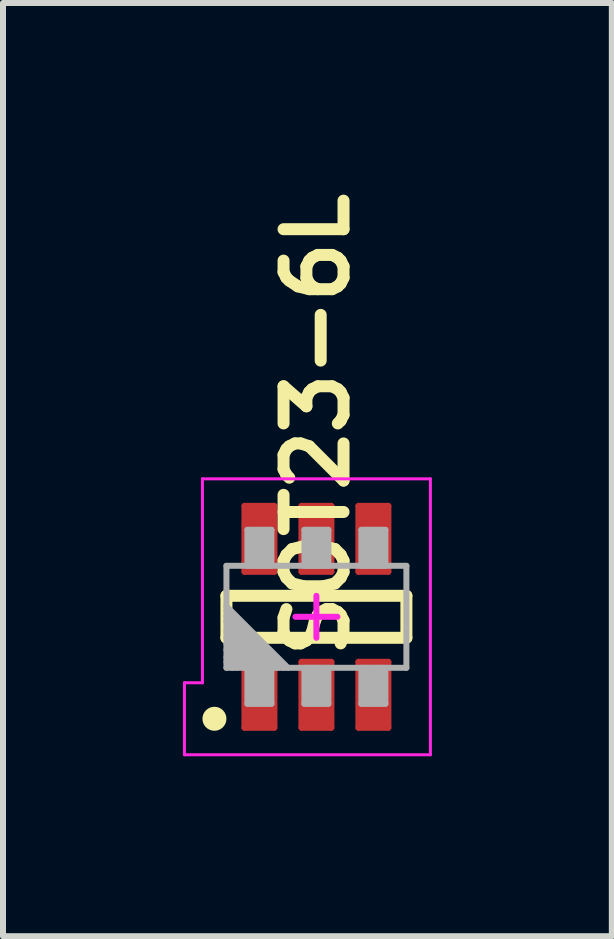
<source format=kicad_pcb>
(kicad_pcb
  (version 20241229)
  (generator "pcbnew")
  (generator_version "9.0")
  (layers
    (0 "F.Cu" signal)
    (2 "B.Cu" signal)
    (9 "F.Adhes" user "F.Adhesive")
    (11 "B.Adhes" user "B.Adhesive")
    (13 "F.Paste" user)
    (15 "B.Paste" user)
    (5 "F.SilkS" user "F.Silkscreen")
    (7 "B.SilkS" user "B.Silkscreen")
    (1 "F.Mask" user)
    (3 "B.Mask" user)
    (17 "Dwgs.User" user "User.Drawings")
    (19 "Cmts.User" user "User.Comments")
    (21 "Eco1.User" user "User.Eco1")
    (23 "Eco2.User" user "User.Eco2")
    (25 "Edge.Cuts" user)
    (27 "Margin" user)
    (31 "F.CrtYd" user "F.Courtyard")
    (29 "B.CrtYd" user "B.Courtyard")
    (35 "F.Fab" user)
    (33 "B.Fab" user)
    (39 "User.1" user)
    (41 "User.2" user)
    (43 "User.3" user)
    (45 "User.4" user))
  (footprint "SOT23-6L"
    (layer "F.Cu")
    (at 2.225 7.233)
    (property "Reference" "SOT23-6L" (at 0 -3.2 90) (layer "F.SilkS") (effects (font (size 1 1) (thickness 0.2))))
    (attr through_hole)
    (fp_line (start -1.225 -1.85) (end -1.225 -0.75) (stroke (width 0.05) (type solid)) (layer "F.Cu"))
    (fp_line (start -1.225 0.75) (end -1.225 1.85) (stroke (width 0.05) (type solid)) (layer "F.Cu"))
    (fp_line (start -1.2 -1.875) (end -0.7 -1.875) (stroke (width 0.05) (type solid)) (layer "F.Cu"))
    (fp_line (start -1.2 -1.85) (end -1.2 -0.75) (stroke (width 0.05) (type solid)) (layer "F.Cu"))
    (fp_line (start -1.2 -1.85) (end -0.7 -1.85) (stroke (width 0.05) (type solid)) (layer "F.Cu"))
    (fp_line (start -1.2 0.725) (end -0.7 0.725) (stroke (width 0.05) (type solid)) (layer "F.Cu"))
    (fp_line (start -1.2 0.75) (end -1.2 1.85) (stroke (width 0.05) (type solid)) (layer "F.Cu"))
    (fp_line (start -1.2 0.75) (end -0.7 0.75) (stroke (width 0.05) (type solid)) (layer "F.Cu"))
    (fp_line (start -0.7 -0.75) (end -1.2 -0.75) (stroke (width 0.05) (type solid)) (layer "F.Cu"))
    (fp_line (start -0.7 -0.75) (end -0.7 -1.85) (stroke (width 0.05) (type solid)) (layer "F.Cu"))
    (fp_line (start -0.7 -0.725) (end -1.2 -0.725) (stroke (width 0.05) (type solid)) (layer "F.Cu"))
    (fp_line (start -0.7 1.85) (end -1.2 1.85) (stroke (width 0.05) (type solid)) (layer "F.Cu"))
    (fp_line (start -0.7 1.85) (end -0.7 0.75) (stroke (width 0.05) (type solid)) (layer "F.Cu"))
    (fp_line (start -0.7 1.875) (end -1.2 1.875) (stroke (width 0.05) (type solid)) (layer "F.Cu"))
    (fp_line (start -0.675 -0.75) (end -0.675 -1.85) (stroke (width 0.05) (type solid)) (layer "F.Cu"))
    (fp_line (start -0.675 1.85) (end -0.675 0.75) (stroke (width 0.05) (type solid)) (layer "F.Cu"))
    (fp_line (start -0.275 -1.85) (end -0.275 -0.75) (stroke (width 0.05) (type solid)) (layer "F.Cu"))
    (fp_line (start -0.275 0.75) (end -0.275 1.85) (stroke (width 0.05) (type solid)) (layer "F.Cu"))
    (fp_line (start -0.25 -1.875) (end 0.25 -1.875) (stroke (width 0.05) (type solid)) (layer "F.Cu"))
    (fp_line (start -0.25 -1.85) (end -0.25 -0.75) (stroke (width 0.05) (type solid)) (layer "F.Cu"))
    (fp_line (start -0.25 -1.85) (end 0.25 -1.85) (stroke (width 0.05) (type solid)) (layer "F.Cu"))
    (fp_line (start -0.25 0.725) (end 0.25 0.725) (stroke (width 0.05) (type solid)) (layer "F.Cu"))
    (fp_line (start -0.25 0.75) (end -0.25 1.85) (stroke (width 0.05) (type solid)) (layer "F.Cu"))
    (fp_line (start -0.25 0.75) (end 0.25 0.75) (stroke (width 0.05) (type solid)) (layer "F.Cu"))
    (fp_line (start 0.25 -0.75) (end -0.25 -0.75) (stroke (width 0.05) (type solid)) (layer "F.Cu"))
    (fp_line (start 0.25 -0.75) (end 0.25 -1.85) (stroke (width 0.05) (type solid)) (layer "F.Cu"))
    (fp_line (start 0.25 -0.725) (end -0.25 -0.725) (stroke (width 0.05) (type solid)) (layer "F.Cu"))
    (fp_line (start 0.25 1.85) (end -0.25 1.85) (stroke (width 0.05) (type solid)) (layer "F.Cu"))
    (fp_line (start 0.25 1.85) (end 0.25 0.75) (stroke (width 0.05) (type solid)) (layer "F.Cu"))
    (fp_line (start 0.25 1.875) (end -0.25 1.875) (stroke (width 0.05) (type solid)) (layer "F.Cu"))
    (fp_line (start 0.275 -0.75) (end 0.275 -1.85) (stroke (width 0.05) (type solid)) (layer "F.Cu"))
    (fp_line (start 0.275 1.85) (end 0.275 0.75) (stroke (width 0.05) (type solid)) (layer "F.Cu"))
    (fp_line (start 0.675 -1.85) (end 0.675 -0.75) (stroke (width 0.05) (type solid)) (layer "F.Cu"))
    (fp_line (start 0.675 0.75) (end 0.675 1.85) (stroke (width 0.05) (type solid)) (layer "F.Cu"))
    (fp_line (start 0.7 -1.875) (end 1.2 -1.875) (stroke (width 0.05) (type solid)) (layer "F.Cu"))
    (fp_line (start 0.7 -1.85) (end 0.7 -0.75) (stroke (width 0.05) (type solid)) (layer "F.Cu"))
    (fp_line (start 0.7 -1.85) (end 1.2 -1.85) (stroke (width 0.05) (type solid)) (layer "F.Cu"))
    (fp_line (start 0.7 0.725) (end 1.2 0.725) (stroke (width 0.05) (type solid)) (layer "F.Cu"))
    (fp_line (start 0.7 0.75) (end 0.7 1.85) (stroke (width 0.05) (type solid)) (layer "F.Cu"))
    (fp_line (start 0.7 0.75) (end 1.2 0.75) (stroke (width 0.05) (type solid)) (layer "F.Cu"))
    (fp_line (start 1.2 -0.75) (end 0.7 -0.75) (stroke (width 0.05) (type solid)) (layer "F.Cu"))
    (fp_line (start 1.2 -0.75) (end 1.2 -1.85) (stroke (width 0.05) (type solid)) (layer "F.Cu"))
    (fp_line (start 1.2 -0.725) (end 0.7 -0.725) (stroke (width 0.05) (type solid)) (layer "F.Cu"))
    (fp_line (start 1.2 1.85) (end 0.7 1.85) (stroke (width 0.05) (type solid)) (layer "F.Cu"))
    (fp_line (start 1.2 1.85) (end 1.2 0.75) (stroke (width 0.05) (type solid)) (layer "F.Cu"))
    (fp_line (start 1.2 1.875) (end 0.7 1.875) (stroke (width 0.05) (type solid)) (layer "F.Cu"))
    (fp_line (start 1.225 -0.75) (end 1.225 -1.85) (stroke (width 0.05) (type solid)) (layer "F.Cu"))
    (fp_line (start 1.225 1.85) (end 1.225 0.75) (stroke (width 0.05) (type solid)) (layer "F.Cu"))
    (fp_arc (start -1.225 -1.85) (mid -1.217693 -1.867662) (end -1.200044 -1.875) (stroke (width 0.05) (type solid)) (layer "F.Cu"))
    (fp_arc (start -1.225 0.75) (mid -1.217693 0.732338) (end -1.200044 0.725) (stroke (width 0.05) (type solid)) (layer "F.Cu"))
    (fp_arc (start -1.2 -0.725) (mid -1.217662 -0.732307) (end -1.225 -0.749956) (stroke (width 0.05) (type solid)) (layer "F.Cu"))
    (fp_arc (start -1.2 1.875) (mid -1.217662 1.867693) (end -1.225 1.850044) (stroke (width 0.05) (type solid)) (layer "F.Cu"))
    (fp_arc (start -0.7 -1.875) (mid -0.682338 -1.867693) (end -0.675 -1.850044) (stroke (width 0.05) (type solid)) (layer "F.Cu"))
    (fp_arc (start -0.7 0.725) (mid -0.682338 0.732307) (end -0.675 0.749956) (stroke (width 0.05) (type solid)) (layer "F.Cu"))
    (fp_arc (start -0.675 -0.75) (mid -0.682307 -0.732338) (end -0.699956 -0.725) (stroke (width 0.05) (type solid)) (layer "F.Cu"))
    (fp_arc (start -0.675 1.85) (mid -0.682307 1.867662) (end -0.699956 1.875) (stroke (width 0.05) (type solid)) (layer "F.Cu"))
    (fp_arc (start -0.275 -1.85) (mid -0.267693 -1.867662) (end -0.250044 -1.875) (stroke (width 0.05) (type solid)) (layer "F.Cu"))
    (fp_arc (start -0.275 0.75) (mid -0.267693 0.732338) (end -0.250044 0.725) (stroke (width 0.05) (type solid)) (layer "F.Cu"))
    (fp_arc (start -0.25 -0.725) (mid -0.267662 -0.732307) (end -0.275 -0.749956) (stroke (width 0.05) (type solid)) (layer "F.Cu"))
    (fp_arc (start -0.25 1.875) (mid -0.267662 1.867693) (end -0.275 1.850044) (stroke (width 0.05) (type solid)) (layer "F.Cu"))
    (fp_arc (start 0.25 -1.875) (mid 0.267662 -1.867693) (end 0.275 -1.850044) (stroke (width 0.05) (type solid)) (layer "F.Cu"))
    (fp_arc (start 0.25 0.725) (mid 0.267662 0.732307) (end 0.275 0.749956) (stroke (width 0.05) (type solid)) (layer "F.Cu"))
    (fp_arc (start 0.275 -0.75) (mid 0.267693 -0.732338) (end 0.250044 -0.725) (stroke (width 0.05) (type solid)) (layer "F.Cu"))
    (fp_arc (start 0.275 1.85) (mid 0.267693 1.867662) (end 0.250044 1.875) (stroke (width 0.05) (type solid)) (layer "F.Cu"))
    (fp_arc (start 0.675 -1.85) (mid 0.682307 -1.867662) (end 0.699956 -1.875) (stroke (width 0.05) (type solid)) (layer "F.Cu"))
    (fp_arc (start 0.675 0.75) (mid 0.682307 0.732338) (end 0.699956 0.725) (stroke (width 0.05) (type solid)) (layer "F.Cu"))
    (fp_arc (start 0.7 -0.725) (mid 0.682338 -0.732307) (end 0.675 -0.749956) (stroke (width 0.05) (type solid)) (layer "F.Cu"))
    (fp_arc (start 0.7 1.875) (mid 0.682338 1.867693) (end 0.675 1.850044) (stroke (width 0.05) (type solid)) (layer "F.Cu"))
    (fp_arc (start 1.2 -1.875) (mid 1.217662 -1.867693) (end 1.225 -1.850044) (stroke (width 0.05) (type solid)) (layer "F.Cu"))
    (fp_arc (start 1.2 0.725) (mid 1.217662 0.732307) (end 1.225 0.749956) (stroke (width 0.05) (type solid)) (layer "F.Cu"))
    (fp_arc (start 1.225 -0.75) (mid 1.217693 -0.732338) (end 1.200044 -0.725) (stroke (width 0.05) (type solid)) (layer "F.Cu"))
    (fp_arc (start 1.225 1.85) (mid 1.217693 1.867662) (end 1.200044 1.875) (stroke (width 0.05) (type solid)) (layer "F.Cu"))
    (fp_line (start -1.3 -1.85) (end -1.3 -0.75) (stroke (width 0.1) (type solid)) (layer "F.Mask"))
    (fp_line (start -1.3 0.75) (end -1.3 1.85) (stroke (width 0.1) (type solid)) (layer "F.Mask"))
    (fp_line (start -1.25 -0.7) (end -1.25 -1.85) (stroke (width 0.1) (type solid)) (layer "F.Mask"))
    (fp_line (start -1.25 1.9) (end -1.25 0.75) (stroke (width 0.1) (type solid)) (layer "F.Mask"))
    (fp_line (start -1.2 -1.9) (end -0.65 -1.9) (stroke (width 0.1) (type solid)) (layer "F.Mask"))
    (fp_line (start -1.2 -0.65) (end -0.7 -0.65) (stroke (width 0.1) (type solid)) (layer "F.Mask"))
    (fp_line (start -1.2 0.7) (end -0.65 0.7) (stroke (width 0.1) (type solid)) (layer "F.Mask"))
    (fp_line (start -1.2 1.9) (end -0.675 1.9) (stroke (width 0.1) (type solid)) (layer "F.Mask"))
    (fp_line (start -1.2 1.95) (end -0.7 1.95) (stroke (width 0.1) (type solid)) (layer "F.Mask"))
    (fp_line (start -0.7 -1.95) (end -1.2 -1.95) (stroke (width 0.1) (type solid)) (layer "F.Mask"))
    (fp_line (start -0.7 0.65) (end -1.2 0.65) (stroke (width 0.1) (type solid)) (layer "F.Mask"))
    (fp_line (start -0.675 -0.7) (end -1.175 -0.7) (stroke (width 0.1) (type solid)) (layer "F.Mask"))
    (fp_line (start -0.65 -1.9) (end -0.65 -0.75) (stroke (width 0.1) (type solid)) (layer "F.Mask"))
    (fp_line (start -0.65 0.7) (end -0.65 1.85) (stroke (width 0.1) (type solid)) (layer "F.Mask"))
    (fp_line (start -0.6 -0.75) (end -0.6 -1.85) (stroke (width 0.1) (type solid)) (layer "F.Mask"))
    (fp_line (start -0.6 1.85) (end -0.6 0.75) (stroke (width 0.1) (type solid)) (layer "F.Mask"))
    (fp_line (start -0.35 -1.85) (end -0.35 -0.75) (stroke (width 0.1) (type solid)) (layer "F.Mask"))
    (fp_line (start -0.35 0.75) (end -0.35 1.85) (stroke (width 0.1) (type solid)) (layer "F.Mask"))
    (fp_line (start -0.3 -0.7) (end -0.3 -1.85) (stroke (width 0.1) (type solid)) (layer "F.Mask"))
    (fp_line (start -0.3 1.9) (end -0.3 0.75) (stroke (width 0.1) (type solid)) (layer "F.Mask"))
    (fp_line (start -0.25 -1.9) (end 0.3 -1.9) (stroke (width 0.1) (type solid)) (layer "F.Mask"))
    (fp_line (start -0.25 -0.7) (end 0.25 -0.7) (stroke (width 0.1) (type solid)) (layer "F.Mask"))
    (fp_line (start -0.25 -0.65) (end 0.25 -0.65) (stroke (width 0.1) (type solid)) (layer "F.Mask"))
    (fp_line (start -0.25 0.7) (end 0.3 0.7) (stroke (width 0.1) (type solid)) (layer "F.Mask"))
    (fp_line (start -0.25 1.9) (end 0.275 1.9) (stroke (width 0.1) (type solid)) (layer "F.Mask"))
    (fp_line (start -0.25 1.95) (end 0.25 1.95) (stroke (width 0.1) (type solid)) (layer "F.Mask"))
    (fp_line (start 0.25 -1.95) (end -0.25 -1.95) (stroke (width 0.1) (type solid)) (layer "F.Mask"))
    (fp_line (start 0.25 0.65) (end -0.25 0.65) (stroke (width 0.1) (type solid)) (layer "F.Mask"))
    (fp_line (start 0.3 -1.9) (end 0.3 -0.75) (stroke (width 0.1) (type solid)) (layer "F.Mask"))
    (fp_line (start 0.3 0.7) (end 0.3 1.85) (stroke (width 0.1) (type solid)) (layer "F.Mask"))
    (fp_line (start 0.35 -0.75) (end 0.35 -1.85) (stroke (width 0.1) (type solid)) (layer "F.Mask"))
    (fp_line (start 0.35 1.85) (end 0.35 0.75) (stroke (width 0.1) (type solid)) (layer "F.Mask"))
    (fp_line (start 0.6 -1.85) (end 0.6 -0.75) (stroke (width 0.1) (type solid)) (layer "F.Mask"))
    (fp_line (start 0.6 0.75) (end 0.6 1.85) (stroke (width 0.1) (type solid)) (layer "F.Mask"))
    (fp_line (start 0.65 -0.7) (end 0.65 -1.85) (stroke (width 0.1) (type solid)) (layer "F.Mask"))
    (fp_line (start 0.65 1.9) (end 0.65 0.75) (stroke (width 0.1) (type solid)) (layer "F.Mask"))
    (fp_line (start 0.7 -1.9) (end 1.25 -1.9) (stroke (width 0.1) (type solid)) (layer "F.Mask"))
    (fp_line (start 0.7 -0.7) (end 1.225 -0.7) (stroke (width 0.1) (type solid)) (layer "F.Mask"))
    (fp_line (start 0.7 -0.65) (end 1.2 -0.65) (stroke (width 0.1) (type solid)) (layer "F.Mask"))
    (fp_line (start 0.7 0.7) (end 1.25 0.7) (stroke (width 0.1) (type solid)) (layer "F.Mask"))
    (fp_line (start 0.7 1.9) (end 1.2 1.9) (stroke (width 0.1) (type solid)) (layer "F.Mask"))
    (fp_line (start 0.7 1.95) (end 1.2 1.95) (stroke (width 0.1) (type solid)) (layer "F.Mask"))
    (fp_line (start 1.2 -1.95) (end 0.7 -1.95) (stroke (width 0.1) (type solid)) (layer "F.Mask"))
    (fp_line (start 1.2 0.65) (end 0.7 0.65) (stroke (width 0.1) (type solid)) (layer "F.Mask"))
    (fp_line (start 1.25 -1.9) (end 1.25 -0.75) (stroke (width 0.1) (type solid)) (layer "F.Mask"))
    (fp_line (start 1.25 0.7) (end 1.25 1.85) (stroke (width 0.1) (type solid)) (layer "F.Mask"))
    (fp_line (start 1.3 -0.75) (end 1.3 -1.85) (stroke (width 0.1) (type solid)) (layer "F.Mask"))
    (fp_line (start 1.3 1.85) (end 1.3 0.75) (stroke (width 0.1) (type solid)) (layer "F.Mask"))
    (fp_arc (start -1.299825 -1.85) (mid -1.270598 -1.920649) (end -1.2 -1.95) (stroke (width 0.1) (type solid)) (layer "F.Mask"))
    (fp_arc (start -1.299825 0.75) (mid -1.270598 0.679351) (end -1.2 0.65) (stroke (width 0.1) (type solid)) (layer "F.Mask"))
    (fp_arc (start -1.2 -0.65) (mid -1.270649 -0.679227) (end -1.3 -0.749825) (stroke (width 0.1) (type solid)) (layer "F.Mask"))
    (fp_arc (start -1.2 1.95) (mid -1.270649 1.920773) (end -1.3 1.850175) (stroke (width 0.1) (type solid)) (layer "F.Mask"))
    (fp_arc (start -0.7 -1.949825) (mid -0.629351 -1.920598) (end -0.6 -1.85) (stroke (width 0.1) (type solid)) (layer "F.Mask"))
    (fp_arc (start -0.7 0.650175) (mid -0.629351 0.679402) (end -0.6 0.75) (stroke (width 0.1) (type solid)) (layer "F.Mask"))
    (fp_arc (start -0.6 -0.75) (mid -0.629227 -0.679351) (end -0.699825 -0.65) (stroke (width 0.1) (type solid)) (layer "F.Mask"))
    (fp_arc (start -0.6 1.85) (mid -0.629227 1.920649) (end -0.699825 1.95) (stroke (width 0.1) (type solid)) (layer "F.Mask"))
    (fp_arc (start -0.349825 -1.85) (mid -0.320598 -1.920649) (end -0.25 -1.95) (stroke (width 0.1) (type solid)) (layer "F.Mask"))
    (fp_arc (start -0.349825 0.75) (mid -0.320598 0.679351) (end -0.25 0.65) (stroke (width 0.1) (type solid)) (layer "F.Mask"))
    (fp_arc (start -0.25 -0.65) (mid -0.320649 -0.679227) (end -0.35 -0.749825) (stroke (width 0.1) (type solid)) (layer "F.Mask"))
    (fp_arc (start -0.25 1.95) (mid -0.320649 1.920773) (end -0.35 1.850175) (stroke (width 0.1) (type solid)) (layer "F.Mask"))
    (fp_arc (start 0.25 -1.949825) (mid 0.320649 -1.920598) (end 0.35 -1.85) (stroke (width 0.1) (type solid)) (layer "F.Mask"))
    (fp_arc (start 0.25 0.650175) (mid 0.320649 0.679402) (end 0.35 0.75) (stroke (width 0.1) (type solid)) (layer "F.Mask"))
    (fp_arc (start 0.35 -0.75) (mid 0.320773 -0.679351) (end 0.250175 -0.65) (stroke (width 0.1) (type solid)) (layer "F.Mask"))
    (fp_arc (start 0.35 1.85) (mid 0.320773 1.920649) (end 0.250175 1.95) (stroke (width 0.1) (type solid)) (layer "F.Mask"))
    (fp_arc (start 0.600175 -1.85) (mid 0.629402 -1.920649) (end 0.7 -1.95) (stroke (width 0.1) (type solid)) (layer "F.Mask"))
    (fp_arc (start 0.600175 0.75) (mid 0.629402 0.679351) (end 0.7 0.65) (stroke (width 0.1) (type solid)) (layer "F.Mask"))
    (fp_arc (start 0.7 -0.65) (mid 0.629351 -0.679227) (end 0.6 -0.749825) (stroke (width 0.1) (type solid)) (layer "F.Mask"))
    (fp_arc (start 0.7 1.95) (mid 0.629351 1.920773) (end 0.6 1.850175) (stroke (width 0.1) (type solid)) (layer "F.Mask"))
    (fp_arc (start 1.2 -1.949825) (mid 1.270649 -1.920598) (end 1.3 -1.85) (stroke (width 0.1) (type solid)) (layer "F.Mask"))
    (fp_arc (start 1.2 0.650175) (mid 1.270649 0.679402) (end 1.3 0.75) (stroke (width 0.1) (type solid)) (layer "F.Mask"))
    (fp_arc (start 1.3 -0.75) (mid 1.270773 -0.679351) (end 1.200175 -0.65) (stroke (width 0.1) (type solid)) (layer "F.Mask"))
    (fp_arc (start 1.3 1.85) (mid 1.270773 1.920649) (end 1.200175 1.95) (stroke (width 0.1) (type solid)) (layer "F.Mask"))
    (fp_line (start -1.5 -0.35) (end -1.5 0.35) (stroke (width 0.2) (type solid)) (layer "F.SilkS"))
    (fp_line (start -1.5 -0.35) (end 1.5 -0.35) (stroke (width 0.2) (type solid)) (layer "F.SilkS"))
    (fp_line (start -1.5 0.35) (end 1.5 0.35) (stroke (width 0.2) (type solid)) (layer "F.SilkS"))
    (fp_line (start 1.5 -0.35) (end 1.5 0.35) (stroke (width 0.2) (type solid)) (layer "F.SilkS"))
    (fp_circle (center -1.7 1.7) (end -1.6 1.7) (stroke (width 0.2) (type solid)) (fill no) (layer "F.SilkS"))
    (fp_line (start -1.2 -1.85) (end -0.7 -1.85) (stroke (width 0.05) (type solid)) (layer "F.Paste"))
    (fp_line (start -1.2 -0.75) (end -1.2 -1.85) (stroke (width 0.05) (type solid)) (layer "F.Paste"))
    (fp_line (start -1.2 0.75) (end -0.7 0.75) (stroke (width 0.05) (type solid)) (layer "F.Paste"))
    (fp_line (start -1.2 1.85) (end -1.2 0.75) (stroke (width 0.05) (type solid)) (layer "F.Paste"))
    (fp_line (start -0.7 -1.85) (end -0.7 -0.75) (stroke (width 0.05) (type solid)) (layer "F.Paste"))
    (fp_line (start -0.7 -0.75) (end -1.2 -0.75) (stroke (width 0.05) (type solid)) (layer "F.Paste"))
    (fp_line (start -0.7 0.75) (end -0.7 1.85) (stroke (width 0.05) (type solid)) (layer "F.Paste"))
    (fp_line (start -0.7 1.85) (end -1.2 1.85) (stroke (width 0.05) (type solid)) (layer "F.Paste"))
    (fp_line (start -0.25 -1.85) (end 0.25 -1.85) (stroke (width 0.05) (type solid)) (layer "F.Paste"))
    (fp_line (start -0.25 -0.75) (end -0.25 -1.85) (stroke (width 0.05) (type solid)) (layer "F.Paste"))
    (fp_line (start -0.25 0.75) (end 0.25 0.75) (stroke (width 0.05) (type solid)) (layer "F.Paste"))
    (fp_line (start -0.25 1.85) (end -0.25 0.75) (stroke (width 0.05) (type solid)) (layer "F.Paste"))
    (fp_line (start 0.25 -1.85) (end 0.25 -0.75) (stroke (width 0.05) (type solid)) (layer "F.Paste"))
    (fp_line (start 0.25 -0.75) (end -0.25 -0.75) (stroke (width 0.05) (type solid)) (layer "F.Paste"))
    (fp_line (start 0.25 0.75) (end 0.25 1.85) (stroke (width 0.05) (type solid)) (layer "F.Paste"))
    (fp_line (start 0.25 1.85) (end -0.25 1.85) (stroke (width 0.05) (type solid)) (layer "F.Paste"))
    (fp_line (start 0.7 -1.85) (end 1.2 -1.85) (stroke (width 0.05) (type solid)) (layer "F.Paste"))
    (fp_line (start 0.7 -0.75) (end 0.7 -1.85) (stroke (width 0.05) (type solid)) (layer "F.Paste"))
    (fp_line (start 0.7 0.75) (end 1.2 0.75) (stroke (width 0.05) (type solid)) (layer "F.Paste"))
    (fp_line (start 0.7 1.85) (end 0.7 0.75) (stroke (width 0.05) (type solid)) (layer "F.Paste"))
    (fp_line (start 1.2 -1.85) (end 1.2 -0.75) (stroke (width 0.05) (type solid)) (layer "F.Paste"))
    (fp_line (start 1.2 -0.75) (end 0.7 -0.75) (stroke (width 0.05) (type solid)) (layer "F.Paste"))
    (fp_line (start 1.2 0.75) (end 1.2 1.85) (stroke (width 0.05) (type solid)) (layer "F.Paste"))
    (fp_line (start 1.2 1.85) (end 0.7 1.85) (stroke (width 0.05) (type solid)) (layer "F.Paste"))
    (fp_line (start -2.2 1.1) (end -2.2 2.3) (stroke (width 0.05) (type solid)) (layer "F.CrtYd"))
    (fp_line (start -2.2 2.3) (end 1.9 2.3) (stroke (width 0.05) (type solid)) (layer "F.CrtYd"))
    (fp_line (start -1.9 -2.3) (end -1.9 1.1) (stroke (width 0.05) (type solid)) (layer "F.CrtYd"))
    (fp_line (start -1.9 1.1) (end -2.2 1.1) (stroke (width 0.05) (type solid)) (layer "F.CrtYd"))
    (fp_line (start -0.35 0) (end 0.35 0) (stroke (width 0.1) (type solid)) (layer "F.CrtYd"))
    (fp_line (start 0 -0.35) (end 0 0.35) (stroke (width 0.1) (type solid)) (layer "F.CrtYd"))
    (fp_line (start 1.9 -2.3) (end -1.9 -2.3) (stroke (width 0.05) (type solid)) (layer "F.CrtYd"))
    (fp_line (start 1.9 2.3) (end 1.9 -2.3) (stroke (width 0.05) (type solid)) (layer "F.CrtYd"))
    (fp_line (start -1.5 -0.1) (end -0.55 0.85) (stroke (width 0.1) (type solid)) (layer "F.Fab"))
    (fp_line (start -1.5 0) (end -0.65 0.85) (stroke (width 0.1) (type solid)) (layer "F.Fab"))
    (fp_line (start -1.5 0.075) (end -0.775 0.825) (stroke (width 0.1) (type solid)) (layer "F.Fab"))
    (fp_line (start -1.5 0.25) (end -0.9 0.85) (stroke (width 0.1) (type solid)) (layer "F.Fab"))
    (fp_line (start -1.5 0.35) (end -1 0.85) (stroke (width 0.1) (type solid)) (layer "F.Fab"))
    (fp_line (start -1.5 0.45) (end -1.1 0.85) (stroke (width 0.1) (type solid)) (layer "F.Fab"))
    (fp_line (start -1.5 0.55) (end -1.2 0.85) (stroke (width 0.1) (type solid)) (layer "F.Fab"))
    (fp_line (start -1.5 0.675) (end -1.325 0.85) (stroke (width 0.1) (type solid)) (layer "F.Fab"))
    (fp_line (start -1.5 0.75) (end -1.4 0.85) (stroke (width 0.1) (type solid)) (layer "F.Fab"))
    (fp_line (start -1.5 0.85) (end -1.5 -0.85) (stroke (width 0.1) (type solid)) (layer "F.Fab"))
    (fp_line (start -1.475 0.175) (end -0.8 0.85) (stroke (width 0.1) (type solid)) (layer "F.Fab"))
    (fp_line (start -1.15 -1.45) (end -0.75 -1.45) (stroke (width 0.1) (type solid)) (layer "F.Fab"))
    (fp_line (start -1.15 -0.85) (end -1.15 -1.45) (stroke (width 0.1) (type solid)) (layer "F.Fab"))
    (fp_line (start -1.15 1.45) (end -1.15 0.85) (stroke (width 0.1) (type solid)) (layer "F.Fab"))
    (fp_line (start -1.1 -1.45) (end -1.1 -0.85) (stroke (width 0.1) (type solid)) (layer "F.Fab"))
    (fp_line (start -1.1 1.45) (end -1.1 0.85) (stroke (width 0.1) (type solid)) (layer "F.Fab"))
    (fp_line (start -1.05 -1.45) (end -1.05 -0.85) (stroke (width 0.1) (type solid)) (layer "F.Fab"))
    (fp_line (start -1.05 1.45) (end -1.05 0.85) (stroke (width 0.1) (type solid)) (layer "F.Fab"))
    (fp_line (start -1 -1.45) (end -1 -0.85) (stroke (width 0.1) (type solid)) (layer "F.Fab"))
    (fp_line (start -1 1.45) (end -1 0.85) (stroke (width 0.1) (type solid)) (layer "F.Fab"))
    (fp_line (start -0.95 -1.45) (end -0.95 -0.85) (stroke (width 0.1) (type solid)) (layer "F.Fab"))
    (fp_line (start -0.95 1.45) (end -0.95 0.85) (stroke (width 0.1) (type solid)) (layer "F.Fab"))
    (fp_line (start -0.9 -1.45) (end -0.9 -0.85) (stroke (width 0.1) (type solid)) (layer "F.Fab"))
    (fp_line (start -0.9 1.45) (end -0.9 0.85) (stroke (width 0.1) (type solid)) (layer "F.Fab"))
    (fp_line (start -0.85 -1.45) (end -0.85 -0.85) (stroke (width 0.1) (type solid)) (layer "F.Fab"))
    (fp_line (start -0.85 1.45) (end -0.85 0.85) (stroke (width 0.1) (type solid)) (layer "F.Fab"))
    (fp_line (start -0.8 -1.45) (end -0.8 -0.85) (stroke (width 0.1) (type solid)) (layer "F.Fab"))
    (fp_line (start -0.8 1.45) (end -0.8 0.85) (stroke (width 0.1) (type solid)) (layer "F.Fab"))
    (fp_line (start -0.75 -1.45) (end -0.75 -0.85) (stroke (width 0.1) (type solid)) (layer "F.Fab"))
    (fp_line (start -0.75 0.85) (end -0.75 1.45) (stroke (width 0.1) (type solid)) (layer "F.Fab"))
    (fp_line (start -0.75 1.45) (end -1.15 1.45) (stroke (width 0.1) (type solid)) (layer "F.Fab"))
    (fp_line (start -0.475 0.85) (end -1.5 -0.175) (stroke (width 0.1) (type solid)) (layer "F.Fab"))
    (fp_line (start -0.2 -1.45) (end 0.2 -1.45) (stroke (width 0.1) (type solid)) (layer "F.Fab"))
    (fp_line (start -0.2 -0.85) (end -0.2 -1.45) (stroke (width 0.1) (type solid)) (layer "F.Fab"))
    (fp_line (start -0.2 1.45) (end -0.2 0.85) (stroke (width 0.1) (type solid)) (layer "F.Fab"))
    (fp_line (start -0.15 -1.45) (end -0.15 -0.85) (stroke (width 0.1) (type solid)) (layer "F.Fab"))
    (fp_line (start -0.15 1.45) (end -0.15 0.85) (stroke (width 0.1) (type solid)) (layer "F.Fab"))
    (fp_line (start -0.1 -1.45) (end -0.1 -0.85) (stroke (width 0.1) (type solid)) (layer "F.Fab"))
    (fp_line (start -0.1 1.45) (end -0.1 0.85) (stroke (width 0.1) (type solid)) (layer "F.Fab"))
    (fp_line (start -0.05 -1.45) (end -0.05 -0.85) (stroke (width 0.1) (type solid)) (layer "F.Fab"))
    (fp_line (start -0.05 1.45) (end -0.05 0.85) (stroke (width 0.1) (type solid)) (layer "F.Fab"))
    (fp_line (start 0 -1.45) (end 0 -0.85) (stroke (width 0.1) (type solid)) (layer "F.Fab"))
    (fp_line (start 0 1.45) (end 0 0.85) (stroke (width 0.1) (type solid)) (layer "F.Fab"))
    (fp_line (start 0.05 -1.45) (end 0.05 -0.85) (stroke (width 0.1) (type solid)) (layer "F.Fab"))
    (fp_line (start 0.05 1.45) (end 0.05 0.85) (stroke (width 0.1) (type solid)) (layer "F.Fab"))
    (fp_line (start 0.1 -1.45) (end 0.1 -0.85) (stroke (width 0.1) (type solid)) (layer "F.Fab"))
    (fp_line (start 0.1 1.45) (end 0.1 0.85) (stroke (width 0.1) (type solid)) (layer "F.Fab"))
    (fp_line (start 0.15 -1.45) (end 0.15 -0.85) (stroke (width 0.1) (type solid)) (layer "F.Fab"))
    (fp_line (start 0.15 1.45) (end 0.15 0.85) (stroke (width 0.1) (type solid)) (layer "F.Fab"))
    (fp_line (start 0.2 -1.45) (end 0.2 -0.85) (stroke (width 0.1) (type solid)) (layer "F.Fab"))
    (fp_line (start 0.2 0.85) (end 0.2 1.45) (stroke (width 0.1) (type solid)) (layer "F.Fab"))
    (fp_line (start 0.2 1.45) (end -0.2 1.45) (stroke (width 0.1) (type solid)) (layer "F.Fab"))
    (fp_line (start 0.75 -1.45) (end 1.15 -1.45) (stroke (width 0.1) (type solid)) (layer "F.Fab"))
    (fp_line (start 0.75 -0.85) (end 0.75 -1.45) (stroke (width 0.1) (type solid)) (layer "F.Fab"))
    (fp_line (start 0.75 1.45) (end 0.75 0.85) (stroke (width 0.1) (type solid)) (layer "F.Fab"))
    (fp_line (start 0.8 -1.45) (end 0.8 -0.85) (stroke (width 0.1) (type solid)) (layer "F.Fab"))
    (fp_line (start 0.8 1.45) (end 0.8 0.85) (stroke (width 0.1) (type solid)) (layer "F.Fab"))
    (fp_line (start 0.85 -1.45) (end 0.85 -0.85) (stroke (width 0.1) (type solid)) (layer "F.Fab"))
    (fp_line (start 0.85 1.45) (end 0.85 0.85) (stroke (width 0.1) (type solid)) (layer "F.Fab"))
    (fp_line (start 0.9 -1.45) (end 0.9 -0.85) (stroke (width 0.1) (type solid)) (layer "F.Fab"))
    (fp_line (start 0.9 1.45) (end 0.9 0.85) (stroke (width 0.1) (type solid)) (layer "F.Fab"))
    (fp_line (start 0.95 -1.45) (end 0.95 -0.85) (stroke (width 0.1) (type solid)) (layer "F.Fab"))
    (fp_line (start 0.95 1.45) (end 0.95 0.85) (stroke (width 0.1) (type solid)) (layer "F.Fab"))
    (fp_line (start 1 -1.45) (end 1 -0.85) (stroke (width 0.1) (type solid)) (layer "F.Fab"))
    (fp_line (start 1 1.45) (end 1 0.85) (stroke (width 0.1) (type solid)) (layer "F.Fab"))
    (fp_line (start 1.05 -1.45) (end 1.05 -0.85) (stroke (width 0.1) (type solid)) (layer "F.Fab"))
    (fp_line (start 1.05 1.45) (end 1.05 0.85) (stroke (width 0.1) (type solid)) (layer "F.Fab"))
    (fp_line (start 1.1 -1.45) (end 1.1 -0.85) (stroke (width 0.1) (type solid)) (layer "F.Fab"))
    (fp_line (start 1.1 1.45) (end 1.1 0.85) (stroke (width 0.1) (type solid)) (layer "F.Fab"))
    (fp_line (start 1.15 -1.45) (end 1.15 -0.85) (stroke (width 0.1) (type solid)) (layer "F.Fab"))
    (fp_line (start 1.15 0.85) (end 1.15 1.45) (stroke (width 0.1) (type solid)) (layer "F.Fab"))
    (fp_line (start 1.15 1.45) (end 0.75 1.45) (stroke (width 0.1) (type solid)) (layer "F.Fab"))
    (fp_line (start 1.5 -0.85) (end -1.5 -0.85) (stroke (width 0.1) (type solid)) (layer "F.Fab"))
    (fp_line (start 1.5 -0.85) (end 1.5 0.85) (stroke (width 0.1) (type solid)) (layer "F.Fab"))
    (fp_line (start 1.5 0.85) (end -1.5 0.85) (stroke (width 0.1) (type solid)) (layer "F.Fab"))
    (pad "1" smd rect (at -0.95 1.3) (size 0.5 1.1) (layers "F.Cu" "F.Mask" "F.Paste"))
    (pad "2" smd rect (at 0 1.3) (size 0.5 1.1) (layers "F.Cu" "F.Mask" "F.Paste"))
    (pad "3" smd rect (at 0.95 1.3) (size 0.5 1.1) (layers "F.Cu" "F.Mask" "F.Paste"))
    (pad "4" smd rect (at 0.95 -1.3) (size 0.5 1.1) (layers "F.Cu" "F.Mask" "F.Paste"))
    (pad "5" smd rect (at 0 -1.3) (size 0.5 1.1) (layers "F.Cu" "F.Mask" "F.Paste"))
    (pad "6" smd rect (at -0.95 -1.3) (size 0.5 1.1) (layers "F.Cu" "F.Mask" "F.Paste")))
  (gr_rect
    (start -3 -3)
    (end 7.15 12.558)
    (stroke (width 0.1) (type default))
    (fill no)
    (layer "Edge.Cuts")))
</source>
